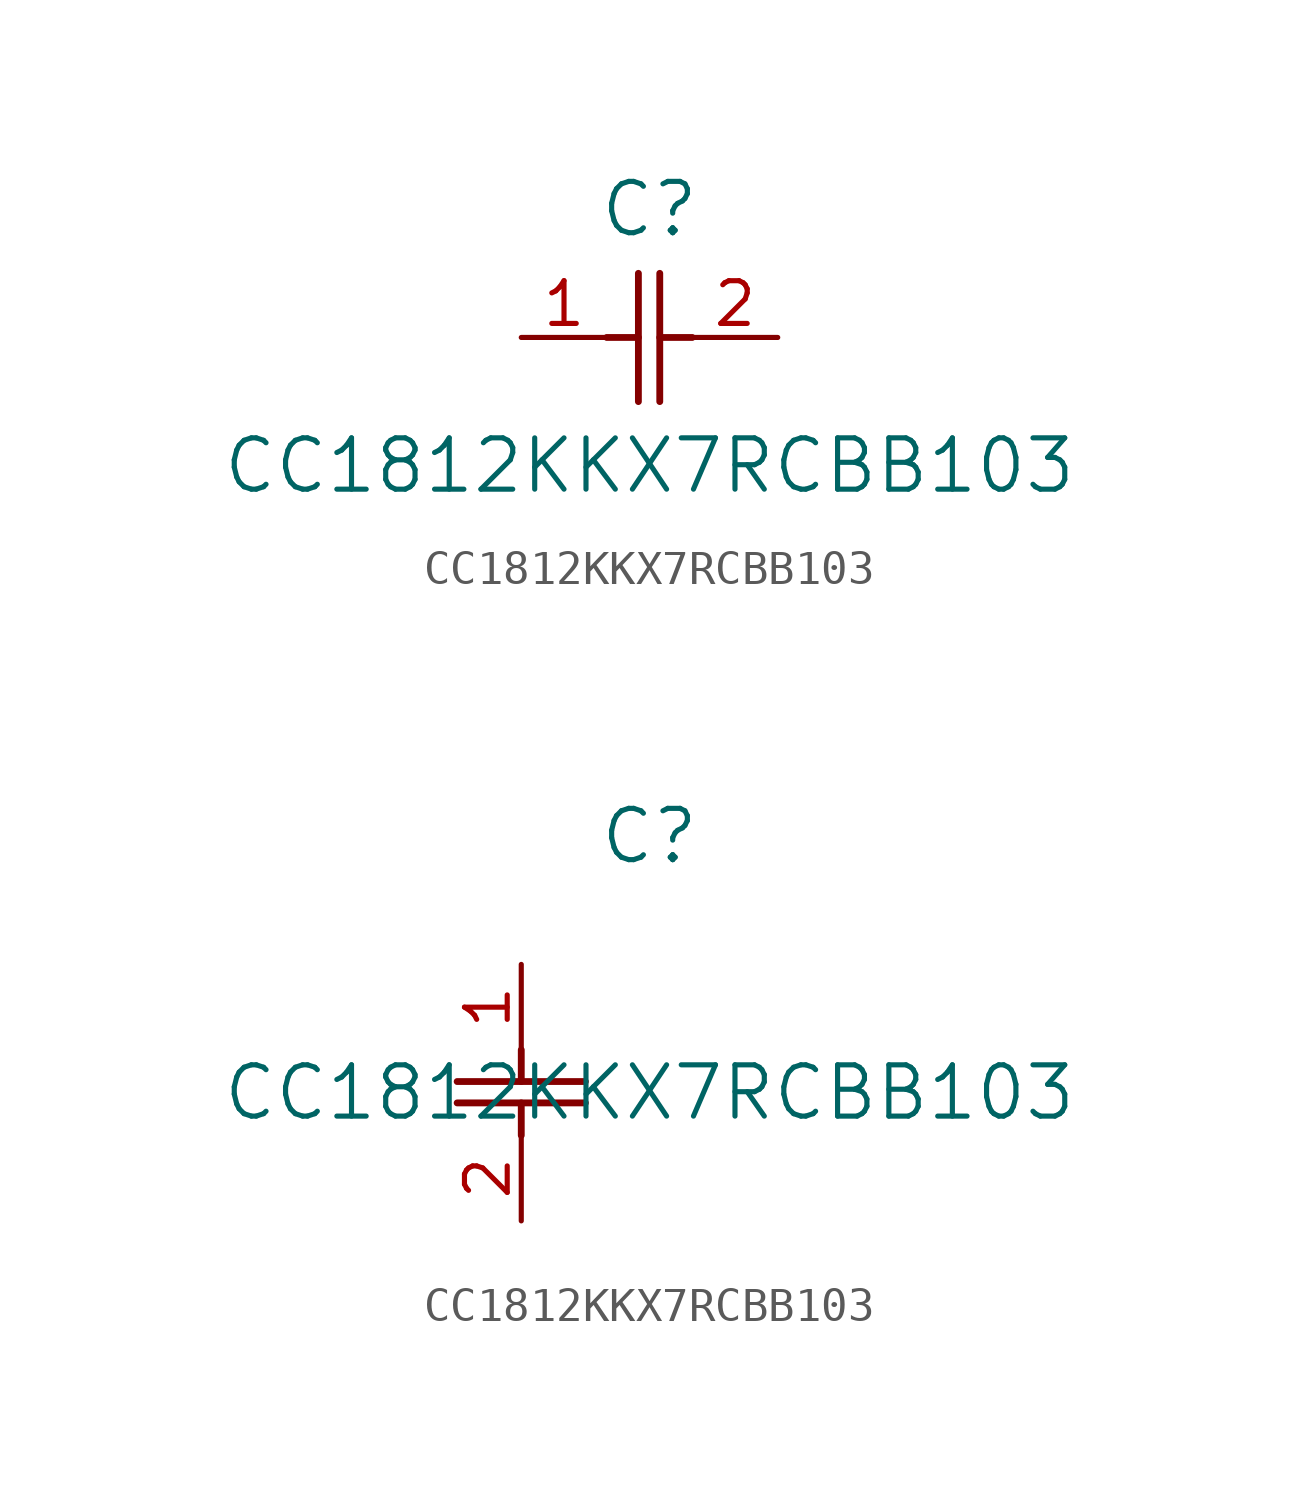
<source format=kicad_sym>
(kicad_symbol_lib
  (version 20211014)
  (generator kicad_symbol_editor)
  (symbol "CC1812KKX7RCBB103"
    (pin_names
      (offset 0.254))
    (property "Reference" "C"
      (at 3.81 3.81 0)
      (effects (font (size 1.524 1.524))))
    (property "Value" "CC1812KKX7RCBB103"
      (at 3.81 -3.81 0)
      (effects (font (size 1.524 1.524))))
    (symbol "CC1812KKX7RCBB103_1_1"
      (polyline (pts (xy 3.48 -1.905) (xy 3.48 1.905)) (stroke (width 0.203) (type default) (color 0 0 0 0)) (fill (type none)))
      (polyline (pts (xy 4.115 -1.905) (xy 4.115 1.905)) (stroke (width 0.203) (type default) (color 0 0 0 0)) (fill (type none)))
      (polyline (pts (xy 4.115 0) (xy 5.08 0)) (stroke (width 0.203) (type default) (color 0 0 0 0)) (fill (type none)))
      (polyline (pts (xy 2.54 0) (xy 3.48 0)) (stroke (width 0.203) (type default) (color 0 0 0 0)) (fill (type none)))
      (pin unspecified line (at 0 0 0) (length 2.54) (name "" (effects (font (size 1.27 1.27)))) (number "1" (effects (font (size 1.27 1.27)))))
      (pin unspecified line (at 7.62 0 180) (length 2.54) (name "" (effects (font (size 1.27 1.27)))) (number "2" (effects (font (size 1.27 1.27))))))
    (symbol "CC1812KKX7RCBB103_1_2"
      (polyline (pts (xy -1.905 -3.48) (xy 1.905 -3.48)) (stroke (width 0.203) (type default) (color 0 0 0 0)) (fill (type none)))
      (polyline (pts (xy -1.905 -4.115) (xy 1.905 -4.115)) (stroke (width 0.203) (type default) (color 0 0 0 0)) (fill (type none)))
      (polyline (pts (xy 0 -4.115) (xy 0 -5.08)) (stroke (width 0.203) (type default) (color 0 0 0 0)) (fill (type none)))
      (polyline (pts (xy 0 -2.54) (xy 0 -3.48)) (stroke (width 0.203) (type default) (color 0 0 0 0)) (fill (type none)))
      (pin unspecified line (at 0 0 270) (length 2.54) (name "" (effects (font (size 1.27 1.27)))) (number "1" (effects (font (size 1.27 1.27)))))
      (pin unspecified line (at 0 -7.62 90) (length 2.54) (name "" (effects (font (size 1.27 1.27)))) (number "2" (effects (font (size 1.27 1.27))))))))
</source>
